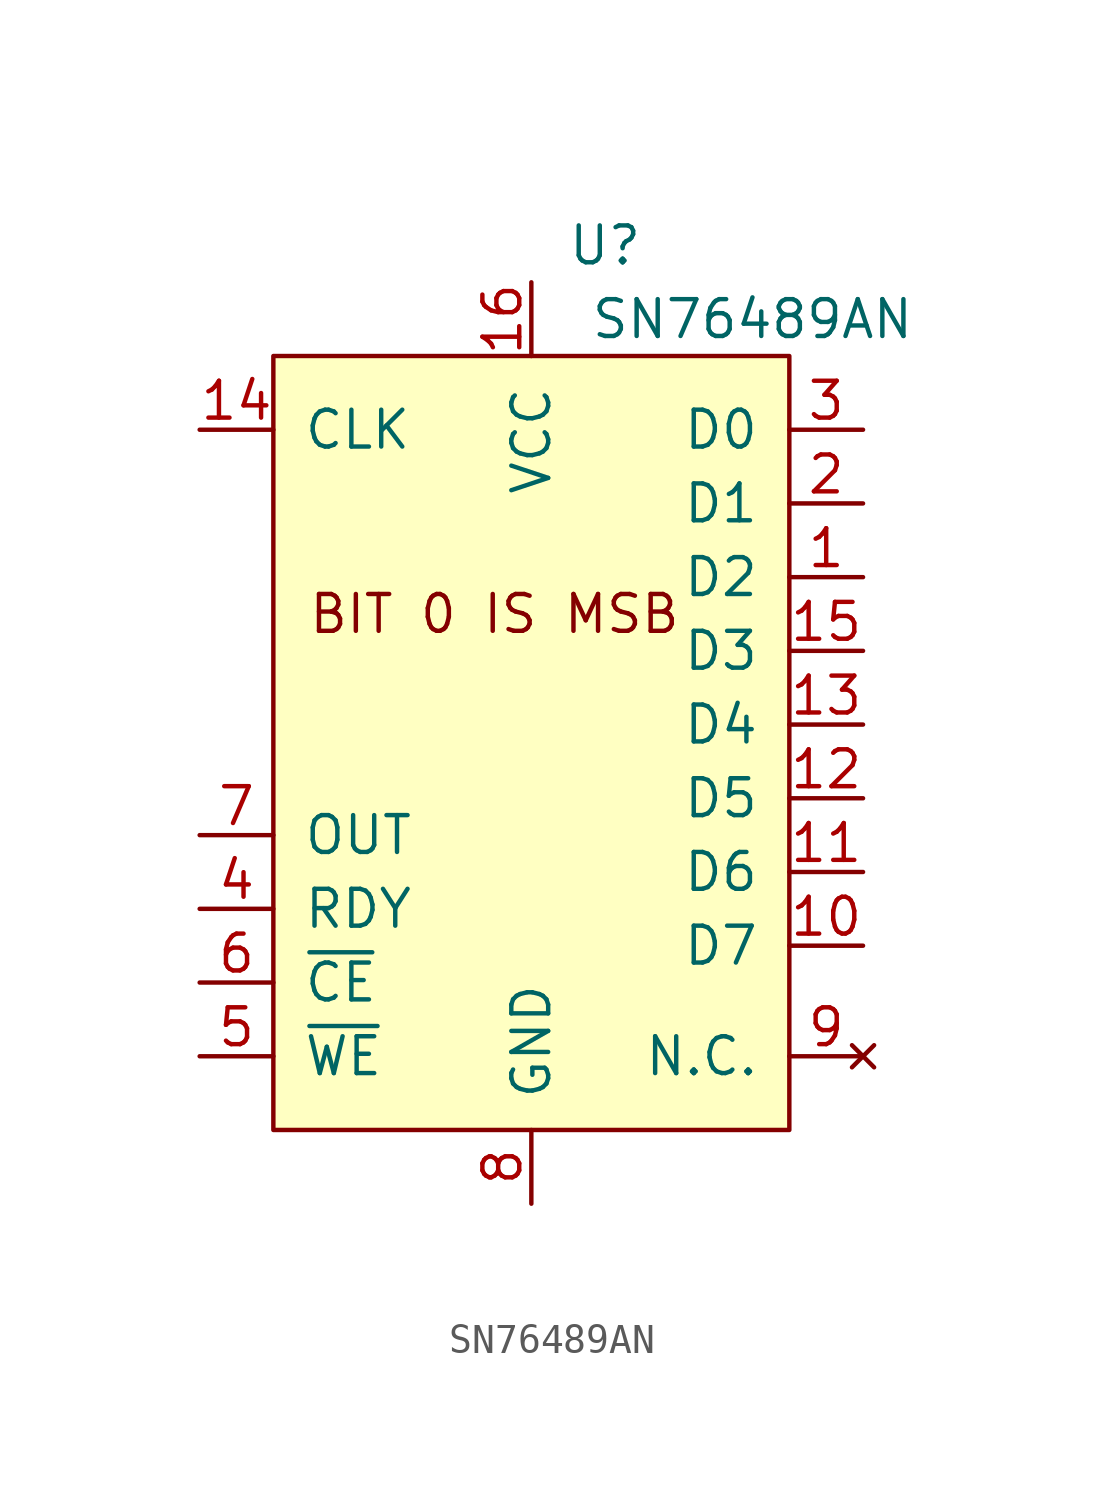
<source format=kicad_sym>
(kicad_symbol_lib
  (version 20211014)
  (generator kicad_symbol_editor)
  (symbol "SN76489AN"
    (pin_names
      (offset 1.016))
    (property "Reference" "U"
      (at 2.54 7.62 0)
      (effects (font (size 1.27 1.27))))
    (property "Value" "SN76489AN"
      (at 7.62 5.08 0)
      (effects (font (size 1.27 1.27))))
    (symbol "SN76489AN_0_0"
      (text "BIT 0 IS MSB" (at -1.27 -5.08 0) (effects (font (size 1.27 1.27)))))
    (symbol "SN76489AN_0_1"
      (rectangle (start -8.89 3.81) (end 8.89 -22.86) (stroke (width 0) (type default) (color 0 0 0 0)) (fill (type background))))
    (symbol "SN76489AN_1_1"
      (pin input line (at 11.43 -3.81 180) (length 2.54) (name "D2" (effects (font (size 1.27 1.27)))) (number "1" (effects (font (size 1.27 1.27)))))
      (pin input line (at 11.43 -16.51 180) (length 2.54) (name "D7" (effects (font (size 1.27 1.27)))) (number "10" (effects (font (size 1.27 1.27)))))
      (pin input line (at 11.43 -13.97 180) (length 2.54) (name "D6" (effects (font (size 1.27 1.27)))) (number "11" (effects (font (size 1.27 1.27)))))
      (pin input line (at 11.43 -11.43 180) (length 2.54) (name "D5" (effects (font (size 1.27 1.27)))) (number "12" (effects (font (size 1.27 1.27)))))
      (pin input line (at 11.43 -8.89 180) (length 2.54) (name "D4" (effects (font (size 1.27 1.27)))) (number "13" (effects (font (size 1.27 1.27)))))
      (pin input line (at -11.43 1.27 0) (length 2.54) (name "CLK" (effects (font (size 1.27 1.27)))) (number "14" (effects (font (size 1.27 1.27)))))
      (pin input line (at 11.43 -6.35 180) (length 2.54) (name "D3" (effects (font (size 1.27 1.27)))) (number "15" (effects (font (size 1.27 1.27)))))
      (pin input line (at 0 6.35 270) (length 2.54) (name "VCC" (effects (font (size 1.27 1.27)))) (number "16" (effects (font (size 1.27 1.27)))))
      (pin input line (at 11.43 -1.27 180) (length 2.54) (name "D1" (effects (font (size 1.27 1.27)))) (number "2" (effects (font (size 1.27 1.27)))))
      (pin input line (at 11.43 1.27 180) (length 2.54) (name "D0" (effects (font (size 1.27 1.27)))) (number "3" (effects (font (size 1.27 1.27)))))
      (pin output line (at -11.43 -15.24 0) (length 2.54) (name "RDY" (effects (font (size 1.27 1.27)))) (number "4" (effects (font (size 1.27 1.27)))))
      (pin input line (at -11.43 -20.32 0) (length 2.54) (name "~{WE}" (effects (font (size 1.27 1.27)))) (number "5" (effects (font (size 1.27 1.27)))))
      (pin input line (at -11.43 -17.78 0) (length 2.54) (name "~{CE}" (effects (font (size 1.27 1.27)))) (number "6" (effects (font (size 1.27 1.27)))))
      (pin output line (at -11.43 -12.7 0) (length 2.54) (name "OUT" (effects (font (size 1.27 1.27)))) (number "7" (effects (font (size 1.27 1.27)))))
      (pin input line (at 0 -25.4 90) (length 2.54) (name "GND" (effects (font (size 1.27 1.27)))) (number "8" (effects (font (size 1.27 1.27)))))
      (pin no_connect line (at 11.43 -20.32 180) (length 2.54) (name "N.C." (effects (font (size 1.27 1.27)))) (number "9" (effects (font (size 1.27 1.27))))))))
</source>
